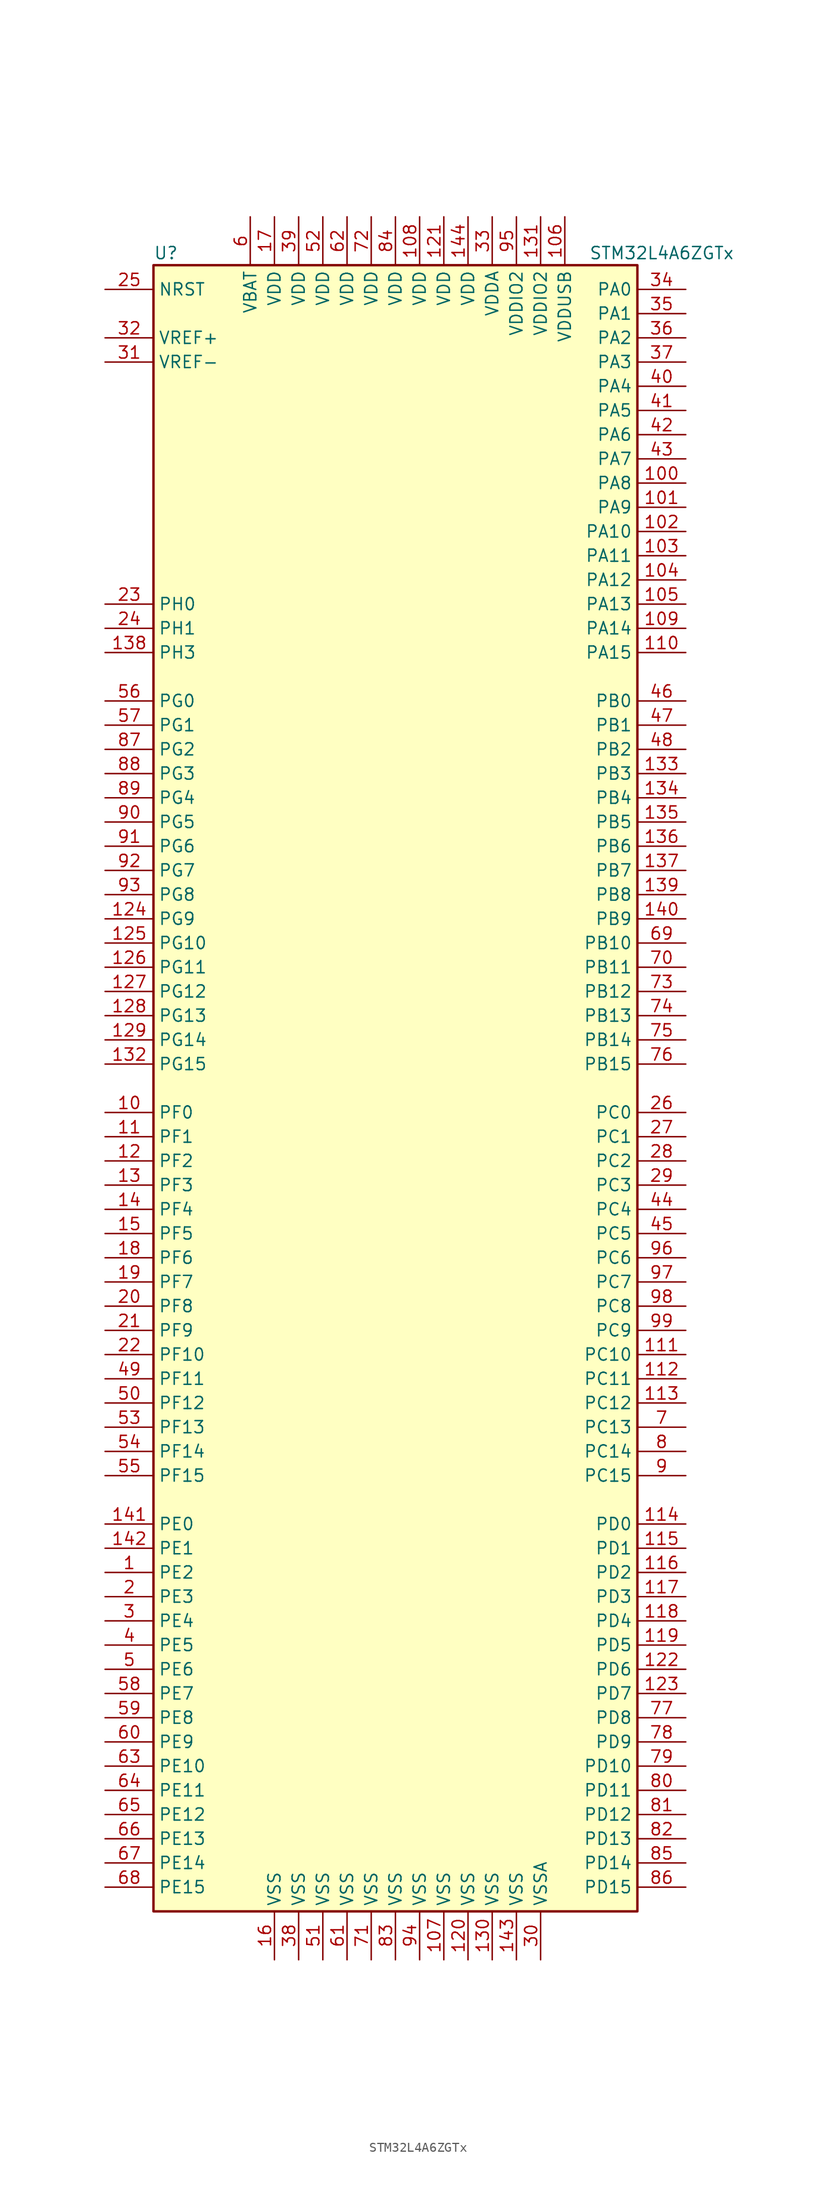
<source format=kicad_sym>
(kicad_symbol_lib
  (version 20201005)
  (generator kicad_symbol_editor)
  (symbol "MCU_ST_STM32L4:STM32L4A6ZGTx"
    (property "Reference" "U"
      (at -25.4 87.63 0)
      (effects (font (size 1.27 1.27)) (justify left)))
    (property "Value" "STM32L4A6ZGTx"
      (at 20.32 87.63 0)
      (effects (font (size 1.27 1.27)) (justify left)))
    (symbol "STM32L4A6ZGTx_0_1"
      (rectangle (start -25.4 -86.36) (end 25.4 86.36) (stroke (width 0.254)) (fill (type background))))
    (symbol "STM32L4A6ZGTx_1_1"
      (pin bidirectional line (at -30.48 -50.8 0) (length 5.08) (name "PE2" (effects (font (size 1.27 1.27)))) (number "1" (effects (font (size 1.27 1.27)))))
      (pin bidirectional line (at -30.48 -2.54 0) (length 5.08) (name "PF0" (effects (font (size 1.27 1.27)))) (number "10" (effects (font (size 1.27 1.27)))))
      (pin bidirectional line (at 30.48 63.5 180) (length 5.08) (name "PA8" (effects (font (size 1.27 1.27)))) (number "100" (effects (font (size 1.27 1.27)))))
      (pin bidirectional line (at 30.48 60.96 180) (length 5.08) (name "PA9" (effects (font (size 1.27 1.27)))) (number "101" (effects (font (size 1.27 1.27)))))
      (pin bidirectional line (at 30.48 58.42 180) (length 5.08) (name "PA10" (effects (font (size 1.27 1.27)))) (number "102" (effects (font (size 1.27 1.27)))))
      (pin bidirectional line (at 30.48 55.88 180) (length 5.08) (name "PA11" (effects (font (size 1.27 1.27)))) (number "103" (effects (font (size 1.27 1.27)))))
      (pin bidirectional line (at 30.48 53.34 180) (length 5.08) (name "PA12" (effects (font (size 1.27 1.27)))) (number "104" (effects (font (size 1.27 1.27)))))
      (pin bidirectional line (at 30.48 50.8 180) (length 5.08) (name "PA13" (effects (font (size 1.27 1.27)))) (number "105" (effects (font (size 1.27 1.27)))))
      (pin power_in line (at 17.78 91.44 270) (length 5.08) (name "VDDUSB" (effects (font (size 1.27 1.27)))) (number "106" (effects (font (size 1.27 1.27)))))
      (pin power_in line (at 5.08 -91.44 90) (length 5.08) (name "VSS" (effects (font (size 1.27 1.27)))) (number "107" (effects (font (size 1.27 1.27)))))
      (pin power_in line (at 2.54 91.44 270) (length 5.08) (name "VDD" (effects (font (size 1.27 1.27)))) (number "108" (effects (font (size 1.27 1.27)))))
      (pin bidirectional line (at 30.48 48.26 180) (length 5.08) (name "PA14" (effects (font (size 1.27 1.27)))) (number "109" (effects (font (size 1.27 1.27)))))
      (pin bidirectional line (at -30.48 -5.08 0) (length 5.08) (name "PF1" (effects (font (size 1.27 1.27)))) (number "11" (effects (font (size 1.27 1.27)))))
      (pin bidirectional line (at 30.48 45.72 180) (length 5.08) (name "PA15" (effects (font (size 1.27 1.27)))) (number "110" (effects (font (size 1.27 1.27)))))
      (pin bidirectional line (at 30.48 -27.94 180) (length 5.08) (name "PC10" (effects (font (size 1.27 1.27)))) (number "111" (effects (font (size 1.27 1.27)))))
      (pin bidirectional line (at 30.48 -30.48 180) (length 5.08) (name "PC11" (effects (font (size 1.27 1.27)))) (number "112" (effects (font (size 1.27 1.27)))))
      (pin bidirectional line (at 30.48 -33.02 180) (length 5.08) (name "PC12" (effects (font (size 1.27 1.27)))) (number "113" (effects (font (size 1.27 1.27)))))
      (pin bidirectional line (at 30.48 -45.72 180) (length 5.08) (name "PD0" (effects (font (size 1.27 1.27)))) (number "114" (effects (font (size 1.27 1.27)))))
      (pin bidirectional line (at 30.48 -48.26 180) (length 5.08) (name "PD1" (effects (font (size 1.27 1.27)))) (number "115" (effects (font (size 1.27 1.27)))))
      (pin bidirectional line (at 30.48 -50.8 180) (length 5.08) (name "PD2" (effects (font (size 1.27 1.27)))) (number "116" (effects (font (size 1.27 1.27)))))
      (pin bidirectional line (at 30.48 -53.34 180) (length 5.08) (name "PD3" (effects (font (size 1.27 1.27)))) (number "117" (effects (font (size 1.27 1.27)))))
      (pin bidirectional line (at 30.48 -55.88 180) (length 5.08) (name "PD4" (effects (font (size 1.27 1.27)))) (number "118" (effects (font (size 1.27 1.27)))))
      (pin bidirectional line (at 30.48 -58.42 180) (length 5.08) (name "PD5" (effects (font (size 1.27 1.27)))) (number "119" (effects (font (size 1.27 1.27)))))
      (pin bidirectional line (at -30.48 -7.62 0) (length 5.08) (name "PF2" (effects (font (size 1.27 1.27)))) (number "12" (effects (font (size 1.27 1.27)))))
      (pin power_in line (at 7.62 -91.44 90) (length 5.08) (name "VSS" (effects (font (size 1.27 1.27)))) (number "120" (effects (font (size 1.27 1.27)))))
      (pin power_in line (at 5.08 91.44 270) (length 5.08) (name "VDD" (effects (font (size 1.27 1.27)))) (number "121" (effects (font (size 1.27 1.27)))))
      (pin bidirectional line (at 30.48 -60.96 180) (length 5.08) (name "PD6" (effects (font (size 1.27 1.27)))) (number "122" (effects (font (size 1.27 1.27)))))
      (pin bidirectional line (at 30.48 -63.5 180) (length 5.08) (name "PD7" (effects (font (size 1.27 1.27)))) (number "123" (effects (font (size 1.27 1.27)))))
      (pin bidirectional line (at -30.48 17.78 0) (length 5.08) (name "PG9" (effects (font (size 1.27 1.27)))) (number "124" (effects (font (size 1.27 1.27)))))
      (pin bidirectional line (at -30.48 15.24 0) (length 5.08) (name "PG10" (effects (font (size 1.27 1.27)))) (number "125" (effects (font (size 1.27 1.27)))))
      (pin bidirectional line (at -30.48 12.7 0) (length 5.08) (name "PG11" (effects (font (size 1.27 1.27)))) (number "126" (effects (font (size 1.27 1.27)))))
      (pin bidirectional line (at -30.48 10.16 0) (length 5.08) (name "PG12" (effects (font (size 1.27 1.27)))) (number "127" (effects (font (size 1.27 1.27)))))
      (pin bidirectional line (at -30.48 7.62 0) (length 5.08) (name "PG13" (effects (font (size 1.27 1.27)))) (number "128" (effects (font (size 1.27 1.27)))))
      (pin bidirectional line (at -30.48 5.08 0) (length 5.08) (name "PG14" (effects (font (size 1.27 1.27)))) (number "129" (effects (font (size 1.27 1.27)))))
      (pin bidirectional line (at -30.48 -10.16 0) (length 5.08) (name "PF3" (effects (font (size 1.27 1.27)))) (number "13" (effects (font (size 1.27 1.27)))))
      (pin power_in line (at 10.16 -91.44 90) (length 5.08) (name "VSS" (effects (font (size 1.27 1.27)))) (number "130" (effects (font (size 1.27 1.27)))))
      (pin power_in line (at 15.24 91.44 270) (length 5.08) (name "VDDIO2" (effects (font (size 1.27 1.27)))) (number "131" (effects (font (size 1.27 1.27)))))
      (pin bidirectional line (at -30.48 2.54 0) (length 5.08) (name "PG15" (effects (font (size 1.27 1.27)))) (number "132" (effects (font (size 1.27 1.27)))))
      (pin bidirectional line (at 30.48 33.02 180) (length 5.08) (name "PB3" (effects (font (size 1.27 1.27)))) (number "133" (effects (font (size 1.27 1.27)))))
      (pin bidirectional line (at 30.48 30.48 180) (length 5.08) (name "PB4" (effects (font (size 1.27 1.27)))) (number "134" (effects (font (size 1.27 1.27)))))
      (pin bidirectional line (at 30.48 27.94 180) (length 5.08) (name "PB5" (effects (font (size 1.27 1.27)))) (number "135" (effects (font (size 1.27 1.27)))))
      (pin bidirectional line (at 30.48 25.4 180) (length 5.08) (name "PB6" (effects (font (size 1.27 1.27)))) (number "136" (effects (font (size 1.27 1.27)))))
      (pin bidirectional line (at 30.48 22.86 180) (length 5.08) (name "PB7" (effects (font (size 1.27 1.27)))) (number "137" (effects (font (size 1.27 1.27)))))
      (pin bidirectional line (at -30.48 45.72 0) (length 5.08) (name "PH3" (effects (font (size 1.27 1.27)))) (number "138" (effects (font (size 1.27 1.27)))))
      (pin bidirectional line (at 30.48 20.32 180) (length 5.08) (name "PB8" (effects (font (size 1.27 1.27)))) (number "139" (effects (font (size 1.27 1.27)))))
      (pin bidirectional line (at -30.48 -12.7 0) (length 5.08) (name "PF4" (effects (font (size 1.27 1.27)))) (number "14" (effects (font (size 1.27 1.27)))))
      (pin bidirectional line (at 30.48 17.78 180) (length 5.08) (name "PB9" (effects (font (size 1.27 1.27)))) (number "140" (effects (font (size 1.27 1.27)))))
      (pin bidirectional line (at -30.48 -45.72 0) (length 5.08) (name "PE0" (effects (font (size 1.27 1.27)))) (number "141" (effects (font (size 1.27 1.27)))))
      (pin bidirectional line (at -30.48 -48.26 0) (length 5.08) (name "PE1" (effects (font (size 1.27 1.27)))) (number "142" (effects (font (size 1.27 1.27)))))
      (pin power_in line (at 12.7 -91.44 90) (length 5.08) (name "VSS" (effects (font (size 1.27 1.27)))) (number "143" (effects (font (size 1.27 1.27)))))
      (pin power_in line (at 7.62 91.44 270) (length 5.08) (name "VDD" (effects (font (size 1.27 1.27)))) (number "144" (effects (font (size 1.27 1.27)))))
      (pin bidirectional line (at -30.48 -15.24 0) (length 5.08) (name "PF5" (effects (font (size 1.27 1.27)))) (number "15" (effects (font (size 1.27 1.27)))))
      (pin power_in line (at -12.7 -91.44 90) (length 5.08) (name "VSS" (effects (font (size 1.27 1.27)))) (number "16" (effects (font (size 1.27 1.27)))))
      (pin power_in line (at -12.7 91.44 270) (length 5.08) (name "VDD" (effects (font (size 1.27 1.27)))) (number "17" (effects (font (size 1.27 1.27)))))
      (pin bidirectional line (at -30.48 -17.78 0) (length 5.08) (name "PF6" (effects (font (size 1.27 1.27)))) (number "18" (effects (font (size 1.27 1.27)))))
      (pin bidirectional line (at -30.48 -20.32 0) (length 5.08) (name "PF7" (effects (font (size 1.27 1.27)))) (number "19" (effects (font (size 1.27 1.27)))))
      (pin bidirectional line (at -30.48 -53.34 0) (length 5.08) (name "PE3" (effects (font (size 1.27 1.27)))) (number "2" (effects (font (size 1.27 1.27)))))
      (pin bidirectional line (at -30.48 -22.86 0) (length 5.08) (name "PF8" (effects (font (size 1.27 1.27)))) (number "20" (effects (font (size 1.27 1.27)))))
      (pin bidirectional line (at -30.48 -25.4 0) (length 5.08) (name "PF9" (effects (font (size 1.27 1.27)))) (number "21" (effects (font (size 1.27 1.27)))))
      (pin bidirectional line (at -30.48 -27.94 0) (length 5.08) (name "PF10" (effects (font (size 1.27 1.27)))) (number "22" (effects (font (size 1.27 1.27)))))
      (pin input line (at -30.48 50.8 0) (length 5.08) (name "PH0" (effects (font (size 1.27 1.27)))) (number "23" (effects (font (size 1.27 1.27)))))
      (pin input line (at -30.48 48.26 0) (length 5.08) (name "PH1" (effects (font (size 1.27 1.27)))) (number "24" (effects (font (size 1.27 1.27)))))
      (pin input line (at -30.48 83.82 0) (length 5.08) (name "NRST" (effects (font (size 1.27 1.27)))) (number "25" (effects (font (size 1.27 1.27)))))
      (pin bidirectional line (at 30.48 -2.54 180) (length 5.08) (name "PC0" (effects (font (size 1.27 1.27)))) (number "26" (effects (font (size 1.27 1.27)))))
      (pin bidirectional line (at 30.48 -5.08 180) (length 5.08) (name "PC1" (effects (font (size 1.27 1.27)))) (number "27" (effects (font (size 1.27 1.27)))))
      (pin bidirectional line (at 30.48 -7.62 180) (length 5.08) (name "PC2" (effects (font (size 1.27 1.27)))) (number "28" (effects (font (size 1.27 1.27)))))
      (pin bidirectional line (at 30.48 -10.16 180) (length 5.08) (name "PC3" (effects (font (size 1.27 1.27)))) (number "29" (effects (font (size 1.27 1.27)))))
      (pin bidirectional line (at -30.48 -55.88 0) (length 5.08) (name "PE4" (effects (font (size 1.27 1.27)))) (number "3" (effects (font (size 1.27 1.27)))))
      (pin power_in line (at 15.24 -91.44 90) (length 5.08) (name "VSSA" (effects (font (size 1.27 1.27)))) (number "30" (effects (font (size 1.27 1.27)))))
      (pin power_in line (at -30.48 76.2 0) (length 5.08) (name "VREF-" (effects (font (size 1.27 1.27)))) (number "31" (effects (font (size 1.27 1.27)))))
      (pin bidirectional line (at -30.48 78.74 0) (length 5.08) (name "VREF+" (effects (font (size 1.27 1.27)))) (number "32" (effects (font (size 1.27 1.27)))))
      (pin power_in line (at 10.16 91.44 270) (length 5.08) (name "VDDA" (effects (font (size 1.27 1.27)))) (number "33" (effects (font (size 1.27 1.27)))))
      (pin bidirectional line (at 30.48 83.82 180) (length 5.08) (name "PA0" (effects (font (size 1.27 1.27)))) (number "34" (effects (font (size 1.27 1.27)))))
      (pin bidirectional line (at 30.48 81.28 180) (length 5.08) (name "PA1" (effects (font (size 1.27 1.27)))) (number "35" (effects (font (size 1.27 1.27)))))
      (pin bidirectional line (at 30.48 78.74 180) (length 5.08) (name "PA2" (effects (font (size 1.27 1.27)))) (number "36" (effects (font (size 1.27 1.27)))))
      (pin bidirectional line (at 30.48 76.2 180) (length 5.08) (name "PA3" (effects (font (size 1.27 1.27)))) (number "37" (effects (font (size 1.27 1.27)))))
      (pin power_in line (at -10.16 -91.44 90) (length 5.08) (name "VSS" (effects (font (size 1.27 1.27)))) (number "38" (effects (font (size 1.27 1.27)))))
      (pin power_in line (at -10.16 91.44 270) (length 5.08) (name "VDD" (effects (font (size 1.27 1.27)))) (number "39" (effects (font (size 1.27 1.27)))))
      (pin bidirectional line (at -30.48 -58.42 0) (length 5.08) (name "PE5" (effects (font (size 1.27 1.27)))) (number "4" (effects (font (size 1.27 1.27)))))
      (pin bidirectional line (at 30.48 73.66 180) (length 5.08) (name "PA4" (effects (font (size 1.27 1.27)))) (number "40" (effects (font (size 1.27 1.27)))))
      (pin bidirectional line (at 30.48 71.12 180) (length 5.08) (name "PA5" (effects (font (size 1.27 1.27)))) (number "41" (effects (font (size 1.27 1.27)))))
      (pin bidirectional line (at 30.48 68.58 180) (length 5.08) (name "PA6" (effects (font (size 1.27 1.27)))) (number "42" (effects (font (size 1.27 1.27)))))
      (pin bidirectional line (at 30.48 66.04 180) (length 5.08) (name "PA7" (effects (font (size 1.27 1.27)))) (number "43" (effects (font (size 1.27 1.27)))))
      (pin bidirectional line (at 30.48 -12.7 180) (length 5.08) (name "PC4" (effects (font (size 1.27 1.27)))) (number "44" (effects (font (size 1.27 1.27)))))
      (pin bidirectional line (at 30.48 -15.24 180) (length 5.08) (name "PC5" (effects (font (size 1.27 1.27)))) (number "45" (effects (font (size 1.27 1.27)))))
      (pin bidirectional line (at 30.48 40.64 180) (length 5.08) (name "PB0" (effects (font (size 1.27 1.27)))) (number "46" (effects (font (size 1.27 1.27)))))
      (pin bidirectional line (at 30.48 38.1 180) (length 5.08) (name "PB1" (effects (font (size 1.27 1.27)))) (number "47" (effects (font (size 1.27 1.27)))))
      (pin bidirectional line (at 30.48 35.56 180) (length 5.08) (name "PB2" (effects (font (size 1.27 1.27)))) (number "48" (effects (font (size 1.27 1.27)))))
      (pin bidirectional line (at -30.48 -30.48 0) (length 5.08) (name "PF11" (effects (font (size 1.27 1.27)))) (number "49" (effects (font (size 1.27 1.27)))))
      (pin bidirectional line (at -30.48 -60.96 0) (length 5.08) (name "PE6" (effects (font (size 1.27 1.27)))) (number "5" (effects (font (size 1.27 1.27)))))
      (pin bidirectional line (at -30.48 -33.02 0) (length 5.08) (name "PF12" (effects (font (size 1.27 1.27)))) (number "50" (effects (font (size 1.27 1.27)))))
      (pin power_in line (at -7.62 -91.44 90) (length 5.08) (name "VSS" (effects (font (size 1.27 1.27)))) (number "51" (effects (font (size 1.27 1.27)))))
      (pin power_in line (at -7.62 91.44 270) (length 5.08) (name "VDD" (effects (font (size 1.27 1.27)))) (number "52" (effects (font (size 1.27 1.27)))))
      (pin bidirectional line (at -30.48 -35.56 0) (length 5.08) (name "PF13" (effects (font (size 1.27 1.27)))) (number "53" (effects (font (size 1.27 1.27)))))
      (pin bidirectional line (at -30.48 -38.1 0) (length 5.08) (name "PF14" (effects (font (size 1.27 1.27)))) (number "54" (effects (font (size 1.27 1.27)))))
      (pin bidirectional line (at -30.48 -40.64 0) (length 5.08) (name "PF15" (effects (font (size 1.27 1.27)))) (number "55" (effects (font (size 1.27 1.27)))))
      (pin bidirectional line (at -30.48 40.64 0) (length 5.08) (name "PG0" (effects (font (size 1.27 1.27)))) (number "56" (effects (font (size 1.27 1.27)))))
      (pin bidirectional line (at -30.48 38.1 0) (length 5.08) (name "PG1" (effects (font (size 1.27 1.27)))) (number "57" (effects (font (size 1.27 1.27)))))
      (pin bidirectional line (at -30.48 -63.5 0) (length 5.08) (name "PE7" (effects (font (size 1.27 1.27)))) (number "58" (effects (font (size 1.27 1.27)))))
      (pin bidirectional line (at -30.48 -66.04 0) (length 5.08) (name "PE8" (effects (font (size 1.27 1.27)))) (number "59" (effects (font (size 1.27 1.27)))))
      (pin power_in line (at -15.24 91.44 270) (length 5.08) (name "VBAT" (effects (font (size 1.27 1.27)))) (number "6" (effects (font (size 1.27 1.27)))))
      (pin bidirectional line (at -30.48 -68.58 0) (length 5.08) (name "PE9" (effects (font (size 1.27 1.27)))) (number "60" (effects (font (size 1.27 1.27)))))
      (pin power_in line (at -5.08 -91.44 90) (length 5.08) (name "VSS" (effects (font (size 1.27 1.27)))) (number "61" (effects (font (size 1.27 1.27)))))
      (pin power_in line (at -5.08 91.44 270) (length 5.08) (name "VDD" (effects (font (size 1.27 1.27)))) (number "62" (effects (font (size 1.27 1.27)))))
      (pin bidirectional line (at -30.48 -71.12 0) (length 5.08) (name "PE10" (effects (font (size 1.27 1.27)))) (number "63" (effects (font (size 1.27 1.27)))))
      (pin bidirectional line (at -30.48 -73.66 0) (length 5.08) (name "PE11" (effects (font (size 1.27 1.27)))) (number "64" (effects (font (size 1.27 1.27)))))
      (pin bidirectional line (at -30.48 -76.2 0) (length 5.08) (name "PE12" (effects (font (size 1.27 1.27)))) (number "65" (effects (font (size 1.27 1.27)))))
      (pin bidirectional line (at -30.48 -78.74 0) (length 5.08) (name "PE13" (effects (font (size 1.27 1.27)))) (number "66" (effects (font (size 1.27 1.27)))))
      (pin bidirectional line (at -30.48 -81.28 0) (length 5.08) (name "PE14" (effects (font (size 1.27 1.27)))) (number "67" (effects (font (size 1.27 1.27)))))
      (pin bidirectional line (at -30.48 -83.82 0) (length 5.08) (name "PE15" (effects (font (size 1.27 1.27)))) (number "68" (effects (font (size 1.27 1.27)))))
      (pin bidirectional line (at 30.48 15.24 180) (length 5.08) (name "PB10" (effects (font (size 1.27 1.27)))) (number "69" (effects (font (size 1.27 1.27)))))
      (pin bidirectional line (at 30.48 -35.56 180) (length 5.08) (name "PC13" (effects (font (size 1.27 1.27)))) (number "7" (effects (font (size 1.27 1.27)))))
      (pin bidirectional line (at 30.48 12.7 180) (length 5.08) (name "PB11" (effects (font (size 1.27 1.27)))) (number "70" (effects (font (size 1.27 1.27)))))
      (pin power_in line (at -2.54 -91.44 90) (length 5.08) (name "VSS" (effects (font (size 1.27 1.27)))) (number "71" (effects (font (size 1.27 1.27)))))
      (pin power_in line (at -2.54 91.44 270) (length 5.08) (name "VDD" (effects (font (size 1.27 1.27)))) (number "72" (effects (font (size 1.27 1.27)))))
      (pin bidirectional line (at 30.48 10.16 180) (length 5.08) (name "PB12" (effects (font (size 1.27 1.27)))) (number "73" (effects (font (size 1.27 1.27)))))
      (pin bidirectional line (at 30.48 7.62 180) (length 5.08) (name "PB13" (effects (font (size 1.27 1.27)))) (number "74" (effects (font (size 1.27 1.27)))))
      (pin bidirectional line (at 30.48 5.08 180) (length 5.08) (name "PB14" (effects (font (size 1.27 1.27)))) (number "75" (effects (font (size 1.27 1.27)))))
      (pin bidirectional line (at 30.48 2.54 180) (length 5.08) (name "PB15" (effects (font (size 1.27 1.27)))) (number "76" (effects (font (size 1.27 1.27)))))
      (pin bidirectional line (at 30.48 -66.04 180) (length 5.08) (name "PD8" (effects (font (size 1.27 1.27)))) (number "77" (effects (font (size 1.27 1.27)))))
      (pin bidirectional line (at 30.48 -68.58 180) (length 5.08) (name "PD9" (effects (font (size 1.27 1.27)))) (number "78" (effects (font (size 1.27 1.27)))))
      (pin bidirectional line (at 30.48 -71.12 180) (length 5.08) (name "PD10" (effects (font (size 1.27 1.27)))) (number "79" (effects (font (size 1.27 1.27)))))
      (pin bidirectional line (at 30.48 -38.1 180) (length 5.08) (name "PC14" (effects (font (size 1.27 1.27)))) (number "8" (effects (font (size 1.27 1.27)))))
      (pin bidirectional line (at 30.48 -73.66 180) (length 5.08) (name "PD11" (effects (font (size 1.27 1.27)))) (number "80" (effects (font (size 1.27 1.27)))))
      (pin bidirectional line (at 30.48 -76.2 180) (length 5.08) (name "PD12" (effects (font (size 1.27 1.27)))) (number "81" (effects (font (size 1.27 1.27)))))
      (pin bidirectional line (at 30.48 -78.74 180) (length 5.08) (name "PD13" (effects (font (size 1.27 1.27)))) (number "82" (effects (font (size 1.27 1.27)))))
      (pin power_in line (at 0 -91.44 90) (length 5.08) (name "VSS" (effects (font (size 1.27 1.27)))) (number "83" (effects (font (size 1.27 1.27)))))
      (pin power_in line (at 0 91.44 270) (length 5.08) (name "VDD" (effects (font (size 1.27 1.27)))) (number "84" (effects (font (size 1.27 1.27)))))
      (pin bidirectional line (at 30.48 -81.28 180) (length 5.08) (name "PD14" (effects (font (size 1.27 1.27)))) (number "85" (effects (font (size 1.27 1.27)))))
      (pin bidirectional line (at 30.48 -83.82 180) (length 5.08) (name "PD15" (effects (font (size 1.27 1.27)))) (number "86" (effects (font (size 1.27 1.27)))))
      (pin bidirectional line (at -30.48 35.56 0) (length 5.08) (name "PG2" (effects (font (size 1.27 1.27)))) (number "87" (effects (font (size 1.27 1.27)))))
      (pin bidirectional line (at -30.48 33.02 0) (length 5.08) (name "PG3" (effects (font (size 1.27 1.27)))) (number "88" (effects (font (size 1.27 1.27)))))
      (pin bidirectional line (at -30.48 30.48 0) (length 5.08) (name "PG4" (effects (font (size 1.27 1.27)))) (number "89" (effects (font (size 1.27 1.27)))))
      (pin bidirectional line (at 30.48 -40.64 180) (length 5.08) (name "PC15" (effects (font (size 1.27 1.27)))) (number "9" (effects (font (size 1.27 1.27)))))
      (pin bidirectional line (at -30.48 27.94 0) (length 5.08) (name "PG5" (effects (font (size 1.27 1.27)))) (number "90" (effects (font (size 1.27 1.27)))))
      (pin bidirectional line (at -30.48 25.4 0) (length 5.08) (name "PG6" (effects (font (size 1.27 1.27)))) (number "91" (effects (font (size 1.27 1.27)))))
      (pin bidirectional line (at -30.48 22.86 0) (length 5.08) (name "PG7" (effects (font (size 1.27 1.27)))) (number "92" (effects (font (size 1.27 1.27)))))
      (pin bidirectional line (at -30.48 20.32 0) (length 5.08) (name "PG8" (effects (font (size 1.27 1.27)))) (number "93" (effects (font (size 1.27 1.27)))))
      (pin power_in line (at 2.54 -91.44 90) (length 5.08) (name "VSS" (effects (font (size 1.27 1.27)))) (number "94" (effects (font (size 1.27 1.27)))))
      (pin power_in line (at 12.7 91.44 270) (length 5.08) (name "VDDIO2" (effects (font (size 1.27 1.27)))) (number "95" (effects (font (size 1.27 1.27)))))
      (pin bidirectional line (at 30.48 -17.78 180) (length 5.08) (name "PC6" (effects (font (size 1.27 1.27)))) (number "96" (effects (font (size 1.27 1.27)))))
      (pin bidirectional line (at 30.48 -20.32 180) (length 5.08) (name "PC7" (effects (font (size 1.27 1.27)))) (number "97" (effects (font (size 1.27 1.27)))))
      (pin bidirectional line (at 30.48 -22.86 180) (length 5.08) (name "PC8" (effects (font (size 1.27 1.27)))) (number "98" (effects (font (size 1.27 1.27)))))
      (pin bidirectional line (at 30.48 -25.4 180) (length 5.08) (name "PC9" (effects (font (size 1.27 1.27)))) (number "99" (effects (font (size 1.27 1.27))))))))
</source>
